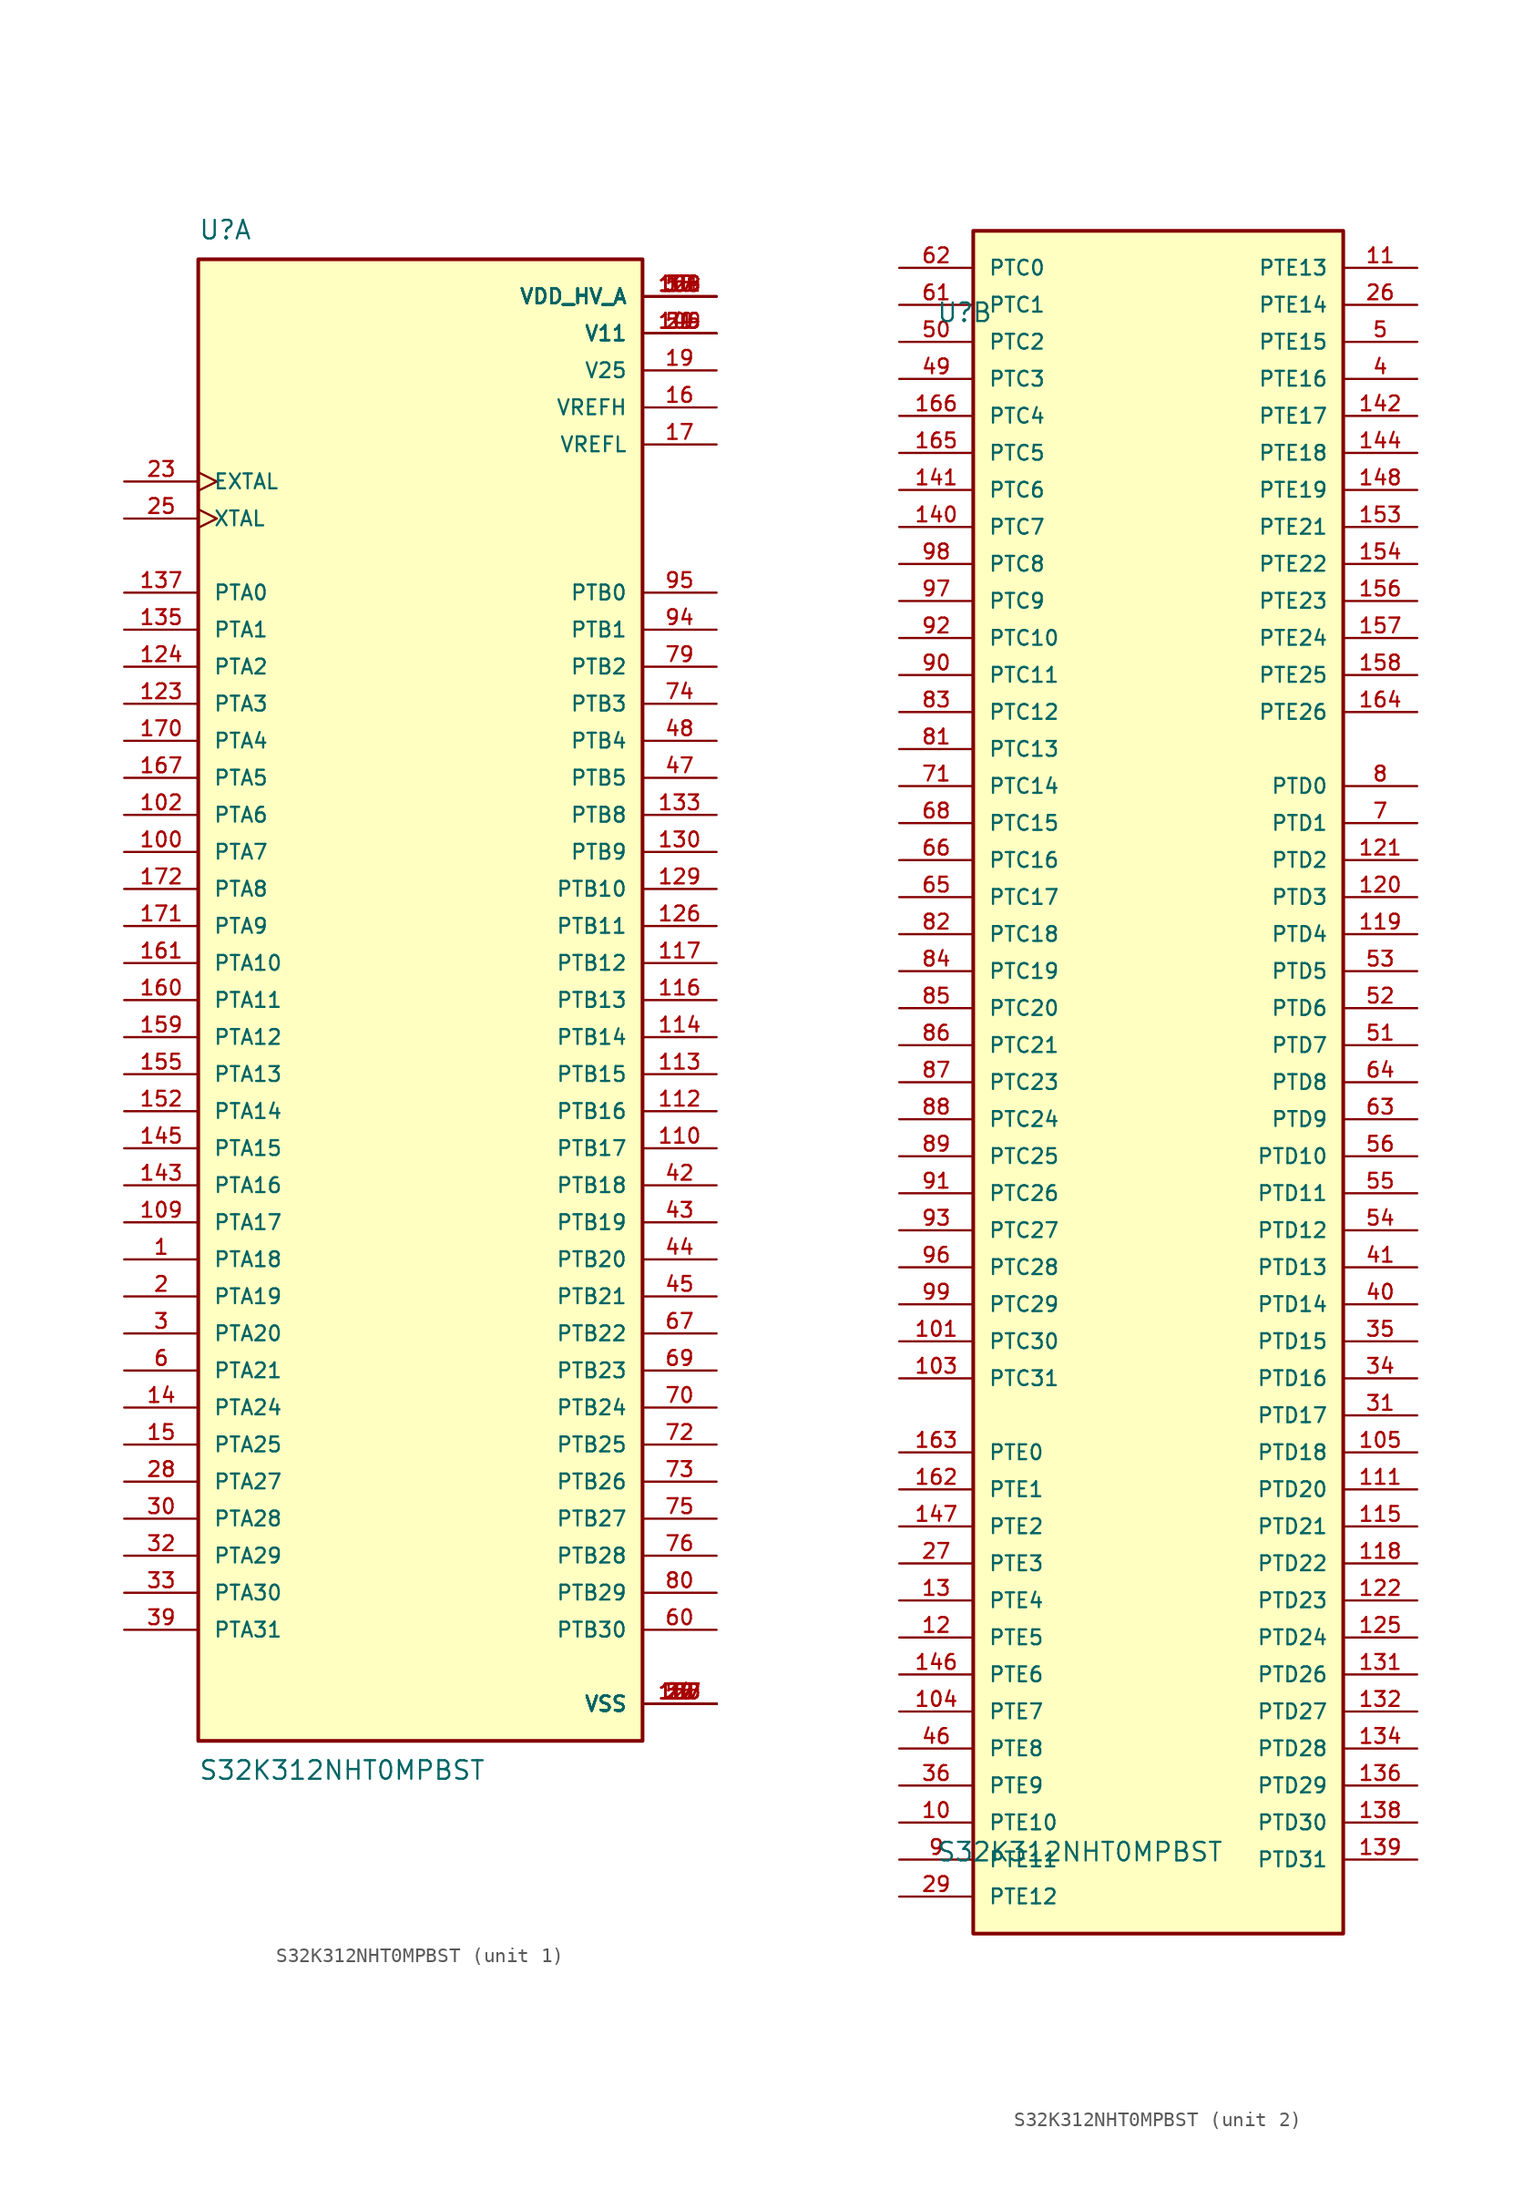
<source format=kicad_sym>
(kicad_symbol_lib
  (version 20211014)
  (generator kicad_symbol_editor)
  (symbol "S32K312NHT0MPBST"
    (pin_names
      (offset 1.016))
    (property "Reference" "U"
      (at -15.24 52.07 0)
      (effects (font (size 1.27 1.27)) (justify bottom left)))
    (property "Value" "S32K312NHT0MPBST"
      (at -15.24 -52.07 0)
      (effects (font (size 1.27 1.27)) (justify top left)))
    (symbol "S32K312NHT0MPBST_1_0"
      (rectangle (start -15.24 -50.8) (end 15.24 50.8) (stroke (width 0.254)) (fill (type background)))
      (pin power_in line (at 20.32 45.72 180.0) (length 5.08) (name "V11" (effects (font (size 1.016 1.016)))) (number "21" (effects (font (size 1.016 1.016)))))
      (pin power_in line (at 20.32 45.72 180.0) (length 5.08) (name "V11" (effects (font (size 1.016 1.016)))) (number "59" (effects (font (size 1.016 1.016)))))
      (pin power_in line (at 20.32 45.72 180.0) (length 5.08) (name "V11" (effects (font (size 1.016 1.016)))) (number "106" (effects (font (size 1.016 1.016)))))
      (pin power_in line (at 20.32 45.72 180.0) (length 5.08) (name "V11" (effects (font (size 1.016 1.016)))) (number "149" (effects (font (size 1.016 1.016)))))
      (pin power_in line (at 20.32 43.18 180.0) (length 5.08) (name "V25" (effects (font (size 1.016 1.016)))) (number "19" (effects (font (size 1.016 1.016)))))
      (pin power_in line (at 20.32 48.26 180.0) (length 5.08) (name "VDD_HV_A" (effects (font (size 1.016 1.016)))) (number "18" (effects (font (size 1.016 1.016)))))
      (pin power_in line (at 20.32 48.26 180.0) (length 5.08) (name "VDD_HV_A" (effects (font (size 1.016 1.016)))) (number "38" (effects (font (size 1.016 1.016)))))
      (pin power_in line (at 20.32 48.26 180.0) (length 5.08) (name "VDD_HV_A" (effects (font (size 1.016 1.016)))) (number "57" (effects (font (size 1.016 1.016)))))
      (pin power_in line (at 20.32 48.26 180.0) (length 5.08) (name "VDD_HV_A" (effects (font (size 1.016 1.016)))) (number "77" (effects (font (size 1.016 1.016)))))
      (pin power_in line (at 20.32 48.26 180.0) (length 5.08) (name "VDD_HV_A" (effects (font (size 1.016 1.016)))) (number "108" (effects (font (size 1.016 1.016)))))
      (pin power_in line (at 20.32 48.26 180.0) (length 5.08) (name "VDD_HV_A" (effects (font (size 1.016 1.016)))) (number "128" (effects (font (size 1.016 1.016)))))
      (pin power_in line (at 20.32 48.26 180.0) (length 5.08) (name "VDD_HV_A" (effects (font (size 1.016 1.016)))) (number "151" (effects (font (size 1.016 1.016)))))
      (pin power_in line (at 20.32 48.26 180.0) (length 5.08) (name "VDD_HV_A" (effects (font (size 1.016 1.016)))) (number "169" (effects (font (size 1.016 1.016)))))
      (pin power_in line (at 20.32 40.64 180.0) (length 5.08) (name "VREFH" (effects (font (size 1.016 1.016)))) (number "16" (effects (font (size 1.016 1.016)))))
      (pin power_in line (at 20.32 38.1 180.0) (length 5.08) (name "VREFL" (effects (font (size 1.016 1.016)))) (number "17" (effects (font (size 1.016 1.016)))))
      (pin input clock (at -20.32 35.56 0) (length 5.08) (name "EXTAL" (effects (font (size 1.016 1.016)))) (number "23" (effects (font (size 1.016 1.016)))))
      (pin input line (at -20.32 -27.94 0) (length 5.08) (name "PTA24" (effects (font (size 1.016 1.016)))) (number "14" (effects (font (size 1.016 1.016)))))
      (pin input line (at -20.32 -30.48 0) (length 5.08) (name "PTA25" (effects (font (size 1.016 1.016)))) (number "15" (effects (font (size 1.016 1.016)))))
      (pin bidirectional line (at -20.32 27.94 0) (length 5.08) (name "PTA0" (effects (font (size 1.016 1.016)))) (number "137" (effects (font (size 1.016 1.016)))))
      (pin bidirectional line (at -20.32 25.4 0) (length 5.08) (name "PTA1" (effects (font (size 1.016 1.016)))) (number "135" (effects (font (size 1.016 1.016)))))
      (pin bidirectional line (at -20.32 2.54 0) (length 5.08) (name "PTA10" (effects (font (size 1.016 1.016)))) (number "161" (effects (font (size 1.016 1.016)))))
      (pin bidirectional line (at -20.32 0.0 0) (length 5.08) (name "PTA11" (effects (font (size 1.016 1.016)))) (number "160" (effects (font (size 1.016 1.016)))))
      (pin bidirectional line (at -20.32 -2.54 0) (length 5.08) (name "PTA12" (effects (font (size 1.016 1.016)))) (number "159" (effects (font (size 1.016 1.016)))))
      (pin bidirectional line (at -20.32 -5.08 0) (length 5.08) (name "PTA13" (effects (font (size 1.016 1.016)))) (number "155" (effects (font (size 1.016 1.016)))))
      (pin bidirectional line (at -20.32 -7.62 0) (length 5.08) (name "PTA14" (effects (font (size 1.016 1.016)))) (number "152" (effects (font (size 1.016 1.016)))))
      (pin bidirectional line (at -20.32 -10.16 0) (length 5.08) (name "PTA15" (effects (font (size 1.016 1.016)))) (number "145" (effects (font (size 1.016 1.016)))))
      (pin bidirectional line (at -20.32 -12.7 0) (length 5.08) (name "PTA16" (effects (font (size 1.016 1.016)))) (number "143" (effects (font (size 1.016 1.016)))))
      (pin bidirectional line (at -20.32 -15.24 0) (length 5.08) (name "PTA17" (effects (font (size 1.016 1.016)))) (number "109" (effects (font (size 1.016 1.016)))))
      (pin bidirectional line (at -20.32 -17.78 0) (length 5.08) (name "PTA18" (effects (font (size 1.016 1.016)))) (number "1" (effects (font (size 1.016 1.016)))))
      (pin bidirectional line (at -20.32 -20.32 0) (length 5.08) (name "PTA19" (effects (font (size 1.016 1.016)))) (number "2" (effects (font (size 1.016 1.016)))))
      (pin bidirectional line (at -20.32 22.86 0) (length 5.08) (name "PTA2" (effects (font (size 1.016 1.016)))) (number "124" (effects (font (size 1.016 1.016)))))
      (pin bidirectional line (at -20.32 -22.86 0) (length 5.08) (name "PTA20" (effects (font (size 1.016 1.016)))) (number "3" (effects (font (size 1.016 1.016)))))
      (pin bidirectional line (at -20.32 -25.4 0) (length 5.08) (name "PTA21" (effects (font (size 1.016 1.016)))) (number "6" (effects (font (size 1.016 1.016)))))
      (pin bidirectional line (at -20.32 -33.02 0) (length 5.08) (name "PTA27" (effects (font (size 1.016 1.016)))) (number "28" (effects (font (size 1.016 1.016)))))
      (pin bidirectional line (at -20.32 -35.56 0) (length 5.08) (name "PTA28" (effects (font (size 1.016 1.016)))) (number "30" (effects (font (size 1.016 1.016)))))
      (pin bidirectional line (at -20.32 -38.1 0) (length 5.08) (name "PTA29" (effects (font (size 1.016 1.016)))) (number "32" (effects (font (size 1.016 1.016)))))
      (pin bidirectional line (at -20.32 20.32 0) (length 5.08) (name "PTA3" (effects (font (size 1.016 1.016)))) (number "123" (effects (font (size 1.016 1.016)))))
      (pin bidirectional line (at -20.32 -40.64 0) (length 5.08) (name "PTA30" (effects (font (size 1.016 1.016)))) (number "33" (effects (font (size 1.016 1.016)))))
      (pin bidirectional line (at -20.32 -43.18 0) (length 5.08) (name "PTA31" (effects (font (size 1.016 1.016)))) (number "39" (effects (font (size 1.016 1.016)))))
      (pin bidirectional line (at -20.32 17.78 0) (length 5.08) (name "PTA4" (effects (font (size 1.016 1.016)))) (number "170" (effects (font (size 1.016 1.016)))))
      (pin bidirectional line (at -20.32 15.24 0) (length 5.08) (name "PTA5" (effects (font (size 1.016 1.016)))) (number "167" (effects (font (size 1.016 1.016)))))
      (pin bidirectional line (at -20.32 12.7 0) (length 5.08) (name "PTA6" (effects (font (size 1.016 1.016)))) (number "102" (effects (font (size 1.016 1.016)))))
      (pin bidirectional line (at -20.32 10.16 0) (length 5.08) (name "PTA7" (effects (font (size 1.016 1.016)))) (number "100" (effects (font (size 1.016 1.016)))))
      (pin bidirectional line (at -20.32 7.62 0) (length 5.08) (name "PTA8" (effects (font (size 1.016 1.016)))) (number "172" (effects (font (size 1.016 1.016)))))
      (pin bidirectional line (at -20.32 5.08 0) (length 5.08) (name "PTA9" (effects (font (size 1.016 1.016)))) (number "171" (effects (font (size 1.016 1.016)))))
      (pin bidirectional line (at 20.32 27.94 180.0) (length 5.08) (name "PTB0" (effects (font (size 1.016 1.016)))) (number "95" (effects (font (size 1.016 1.016)))))
      (pin output clock (at -20.32 33.02 0) (length 5.08) (name "XTAL" (effects (font (size 1.016 1.016)))) (number "25" (effects (font (size 1.016 1.016)))))
      (pin bidirectional line (at 20.32 25.4 180.0) (length 5.08) (name "PTB1" (effects (font (size 1.016 1.016)))) (number "94" (effects (font (size 1.016 1.016)))))
      (pin bidirectional line (at 20.32 7.62 180.0) (length 5.08) (name "PTB10" (effects (font (size 1.016 1.016)))) (number "129" (effects (font (size 1.016 1.016)))))
      (pin bidirectional line (at 20.32 5.08 180.0) (length 5.08) (name "PTB11" (effects (font (size 1.016 1.016)))) (number "126" (effects (font (size 1.016 1.016)))))
      (pin bidirectional line (at 20.32 2.54 180.0) (length 5.08) (name "PTB12" (effects (font (size 1.016 1.016)))) (number "117" (effects (font (size 1.016 1.016)))))
      (pin bidirectional line (at 20.32 0.0 180.0) (length 5.08) (name "PTB13" (effects (font (size 1.016 1.016)))) (number "116" (effects (font (size 1.016 1.016)))))
      (pin bidirectional line (at 20.32 -2.54 180.0) (length 5.08) (name "PTB14" (effects (font (size 1.016 1.016)))) (number "114" (effects (font (size 1.016 1.016)))))
      (pin bidirectional line (at 20.32 -5.08 180.0) (length 5.08) (name "PTB15" (effects (font (size 1.016 1.016)))) (number "113" (effects (font (size 1.016 1.016)))))
      (pin bidirectional line (at 20.32 -7.62 180.0) (length 5.08) (name "PTB16" (effects (font (size 1.016 1.016)))) (number "112" (effects (font (size 1.016 1.016)))))
      (pin bidirectional line (at 20.32 -10.16 180.0) (length 5.08) (name "PTB17" (effects (font (size 1.016 1.016)))) (number "110" (effects (font (size 1.016 1.016)))))
      (pin bidirectional line (at 20.32 -12.7 180.0) (length 5.08) (name "PTB18" (effects (font (size 1.016 1.016)))) (number "42" (effects (font (size 1.016 1.016)))))
      (pin bidirectional line (at 20.32 -15.24 180.0) (length 5.08) (name "PTB19" (effects (font (size 1.016 1.016)))) (number "43" (effects (font (size 1.016 1.016)))))
      (pin bidirectional line (at 20.32 22.86 180.0) (length 5.08) (name "PTB2" (effects (font (size 1.016 1.016)))) (number "79" (effects (font (size 1.016 1.016)))))
      (pin bidirectional line (at 20.32 -17.78 180.0) (length 5.08) (name "PTB20" (effects (font (size 1.016 1.016)))) (number "44" (effects (font (size 1.016 1.016)))))
      (pin bidirectional line (at 20.32 -20.32 180.0) (length 5.08) (name "PTB21" (effects (font (size 1.016 1.016)))) (number "45" (effects (font (size 1.016 1.016)))))
      (pin bidirectional line (at 20.32 -22.86 180.0) (length 5.08) (name "PTB22" (effects (font (size 1.016 1.016)))) (number "67" (effects (font (size 1.016 1.016)))))
      (pin bidirectional line (at 20.32 -25.4 180.0) (length 5.08) (name "PTB23" (effects (font (size 1.016 1.016)))) (number "69" (effects (font (size 1.016 1.016)))))
      (pin bidirectional line (at 20.32 -27.94 180.0) (length 5.08) (name "PTB24" (effects (font (size 1.016 1.016)))) (number "70" (effects (font (size 1.016 1.016)))))
      (pin bidirectional line (at 20.32 -30.48 180.0) (length 5.08) (name "PTB25" (effects (font (size 1.016 1.016)))) (number "72" (effects (font (size 1.016 1.016)))))
      (pin bidirectional line (at 20.32 -33.02 180.0) (length 5.08) (name "PTB26" (effects (font (size 1.016 1.016)))) (number "73" (effects (font (size 1.016 1.016)))))
      (pin bidirectional line (at 20.32 -35.56 180.0) (length 5.08) (name "PTB27" (effects (font (size 1.016 1.016)))) (number "75" (effects (font (size 1.016 1.016)))))
      (pin bidirectional line (at 20.32 -38.1 180.0) (length 5.08) (name "PTB28" (effects (font (size 1.016 1.016)))) (number "76" (effects (font (size 1.016 1.016)))))
      (pin bidirectional line (at 20.32 -40.64 180.0) (length 5.08) (name "PTB29" (effects (font (size 1.016 1.016)))) (number "80" (effects (font (size 1.016 1.016)))))
      (pin bidirectional line (at 20.32 20.32 180.0) (length 5.08) (name "PTB3" (effects (font (size 1.016 1.016)))) (number "74" (effects (font (size 1.016 1.016)))))
      (pin bidirectional line (at 20.32 -43.18 180.0) (length 5.08) (name "PTB30" (effects (font (size 1.016 1.016)))) (number "60" (effects (font (size 1.016 1.016)))))
      (pin bidirectional line (at 20.32 17.78 180.0) (length 5.08) (name "PTB4" (effects (font (size 1.016 1.016)))) (number "48" (effects (font (size 1.016 1.016)))))
      (pin bidirectional line (at 20.32 15.24 180.0) (length 5.08) (name "PTB5" (effects (font (size 1.016 1.016)))) (number "47" (effects (font (size 1.016 1.016)))))
      (pin bidirectional line (at 20.32 12.7 180.0) (length 5.08) (name "PTB8" (effects (font (size 1.016 1.016)))) (number "133" (effects (font (size 1.016 1.016)))))
      (pin bidirectional line (at 20.32 10.16 180.0) (length 5.08) (name "PTB9" (effects (font (size 1.016 1.016)))) (number "130" (effects (font (size 1.016 1.016)))))
      (pin power_in line (at 20.32 -48.26 180.0) (length 5.08) (name "VSS" (effects (font (size 1.016 1.016)))) (number "20" (effects (font (size 1.016 1.016)))))
      (pin power_in line (at 20.32 -48.26 180.0) (length 5.08) (name "VSS" (effects (font (size 1.016 1.016)))) (number "22" (effects (font (size 1.016 1.016)))))
      (pin power_in line (at 20.32 -48.26 180.0) (length 5.08) (name "VSS" (effects (font (size 1.016 1.016)))) (number "24" (effects (font (size 1.016 1.016)))))
      (pin power_in line (at 20.32 -48.26 180.0) (length 5.08) (name "VSS" (effects (font (size 1.016 1.016)))) (number "37" (effects (font (size 1.016 1.016)))))
      (pin power_in line (at 20.32 -48.26 180.0) (length 5.08) (name "VSS" (effects (font (size 1.016 1.016)))) (number "58" (effects (font (size 1.016 1.016)))))
      (pin power_in line (at 20.32 -48.26 180.0) (length 5.08) (name "VSS" (effects (font (size 1.016 1.016)))) (number "78" (effects (font (size 1.016 1.016)))))
      (pin power_in line (at 20.32 -48.26 180.0) (length 5.08) (name "VSS" (effects (font (size 1.016 1.016)))) (number "107" (effects (font (size 1.016 1.016)))))
      (pin power_in line (at 20.32 -48.26 180.0) (length 5.08) (name "VSS" (effects (font (size 1.016 1.016)))) (number "127" (effects (font (size 1.016 1.016)))))
      (pin power_in line (at 20.32 -48.26 180.0) (length 5.08) (name "VSS" (effects (font (size 1.016 1.016)))) (number "150" (effects (font (size 1.016 1.016)))))
      (pin power_in line (at 20.32 -48.26 180.0) (length 5.08) (name "VSS" (effects (font (size 1.016 1.016)))) (number "168" (effects (font (size 1.016 1.016))))))
    (symbol "S32K312NHT0MPBST_2_0"
      (rectangle (start -12.7 -58.42) (end 12.7 58.42) (stroke (width 0.254)) (fill (type background)))
      (pin bidirectional line (at -17.78 55.88 0) (length 5.08) (name "PTC0" (effects (font (size 1.016 1.016)))) (number "62" (effects (font (size 1.016 1.016)))))
      (pin bidirectional line (at -17.78 53.34 0) (length 5.08) (name "PTC1" (effects (font (size 1.016 1.016)))) (number "61" (effects (font (size 1.016 1.016)))))
      (pin bidirectional line (at -17.78 30.48 0) (length 5.08) (name "PTC10" (effects (font (size 1.016 1.016)))) (number "92" (effects (font (size 1.016 1.016)))))
      (pin bidirectional line (at -17.78 27.94 0) (length 5.08) (name "PTC11" (effects (font (size 1.016 1.016)))) (number "90" (effects (font (size 1.016 1.016)))))
      (pin bidirectional line (at -17.78 25.4 0) (length 5.08) (name "PTC12" (effects (font (size 1.016 1.016)))) (number "83" (effects (font (size 1.016 1.016)))))
      (pin bidirectional line (at -17.78 22.86 0) (length 5.08) (name "PTC13" (effects (font (size 1.016 1.016)))) (number "81" (effects (font (size 1.016 1.016)))))
      (pin bidirectional line (at -17.78 20.32 0) (length 5.08) (name "PTC14" (effects (font (size 1.016 1.016)))) (number "71" (effects (font (size 1.016 1.016)))))
      (pin bidirectional line (at -17.78 17.78 0) (length 5.08) (name "PTC15" (effects (font (size 1.016 1.016)))) (number "68" (effects (font (size 1.016 1.016)))))
      (pin bidirectional line (at -17.78 15.24 0) (length 5.08) (name "PTC16" (effects (font (size 1.016 1.016)))) (number "66" (effects (font (size 1.016 1.016)))))
      (pin bidirectional line (at -17.78 12.7 0) (length 5.08) (name "PTC17" (effects (font (size 1.016 1.016)))) (number "65" (effects (font (size 1.016 1.016)))))
      (pin bidirectional line (at -17.78 10.16 0) (length 5.08) (name "PTC18" (effects (font (size 1.016 1.016)))) (number "82" (effects (font (size 1.016 1.016)))))
      (pin bidirectional line (at -17.78 7.62 0) (length 5.08) (name "PTC19" (effects (font (size 1.016 1.016)))) (number "84" (effects (font (size 1.016 1.016)))))
      (pin bidirectional line (at -17.78 50.8 0) (length 5.08) (name "PTC2" (effects (font (size 1.016 1.016)))) (number "50" (effects (font (size 1.016 1.016)))))
      (pin bidirectional line (at -17.78 5.08 0) (length 5.08) (name "PTC20" (effects (font (size 1.016 1.016)))) (number "85" (effects (font (size 1.016 1.016)))))
      (pin bidirectional line (at -17.78 2.54 0) (length 5.08) (name "PTC21" (effects (font (size 1.016 1.016)))) (number "86" (effects (font (size 1.016 1.016)))))
      (pin bidirectional line (at -17.78 0.0 0) (length 5.08) (name "PTC23" (effects (font (size 1.016 1.016)))) (number "87" (effects (font (size 1.016 1.016)))))
      (pin bidirectional line (at -17.78 -2.54 0) (length 5.08) (name "PTC24" (effects (font (size 1.016 1.016)))) (number "88" (effects (font (size 1.016 1.016)))))
      (pin bidirectional line (at -17.78 -5.08 0) (length 5.08) (name "PTC25" (effects (font (size 1.016 1.016)))) (number "89" (effects (font (size 1.016 1.016)))))
      (pin bidirectional line (at -17.78 -7.62 0) (length 5.08) (name "PTC26" (effects (font (size 1.016 1.016)))) (number "91" (effects (font (size 1.016 1.016)))))
      (pin bidirectional line (at -17.78 -10.16 0) (length 5.08) (name "PTC27" (effects (font (size 1.016 1.016)))) (number "93" (effects (font (size 1.016 1.016)))))
      (pin bidirectional line (at -17.78 -12.7 0) (length 5.08) (name "PTC28" (effects (font (size 1.016 1.016)))) (number "96" (effects (font (size 1.016 1.016)))))
      (pin bidirectional line (at -17.78 -15.24 0) (length 5.08) (name "PTC29" (effects (font (size 1.016 1.016)))) (number "99" (effects (font (size 1.016 1.016)))))
      (pin bidirectional line (at -17.78 48.26 0) (length 5.08) (name "PTC3" (effects (font (size 1.016 1.016)))) (number "49" (effects (font (size 1.016 1.016)))))
      (pin bidirectional line (at -17.78 -17.78 0) (length 5.08) (name "PTC30" (effects (font (size 1.016 1.016)))) (number "101" (effects (font (size 1.016 1.016)))))
      (pin bidirectional line (at -17.78 -20.32 0) (length 5.08) (name "PTC31" (effects (font (size 1.016 1.016)))) (number "103" (effects (font (size 1.016 1.016)))))
      (pin bidirectional line (at -17.78 45.72 0) (length 5.08) (name "PTC4" (effects (font (size 1.016 1.016)))) (number "166" (effects (font (size 1.016 1.016)))))
      (pin bidirectional line (at -17.78 43.18 0) (length 5.08) (name "PTC5" (effects (font (size 1.016 1.016)))) (number "165" (effects (font (size 1.016 1.016)))))
      (pin bidirectional line (at -17.78 40.64 0) (length 5.08) (name "PTC6" (effects (font (size 1.016 1.016)))) (number "141" (effects (font (size 1.016 1.016)))))
      (pin bidirectional line (at -17.78 38.1 0) (length 5.08) (name "PTC7" (effects (font (size 1.016 1.016)))) (number "140" (effects (font (size 1.016 1.016)))))
      (pin bidirectional line (at -17.78 35.56 0) (length 5.08) (name "PTC8" (effects (font (size 1.016 1.016)))) (number "98" (effects (font (size 1.016 1.016)))))
      (pin bidirectional line (at -17.78 33.02 0) (length 5.08) (name "PTC9" (effects (font (size 1.016 1.016)))) (number "97" (effects (font (size 1.016 1.016)))))
      (pin bidirectional line (at 17.78 20.32 180.0) (length 5.08) (name "PTD0" (effects (font (size 1.016 1.016)))) (number "8" (effects (font (size 1.016 1.016)))))
      (pin bidirectional line (at 17.78 17.78 180.0) (length 5.08) (name "PTD1" (effects (font (size 1.016 1.016)))) (number "7" (effects (font (size 1.016 1.016)))))
      (pin bidirectional line (at 17.78 -5.08 180.0) (length 5.08) (name "PTD10" (effects (font (size 1.016 1.016)))) (number "56" (effects (font (size 1.016 1.016)))))
      (pin bidirectional line (at 17.78 -7.62 180.0) (length 5.08) (name "PTD11" (effects (font (size 1.016 1.016)))) (number "55" (effects (font (size 1.016 1.016)))))
      (pin bidirectional line (at 17.78 -10.16 180.0) (length 5.08) (name "PTD12" (effects (font (size 1.016 1.016)))) (number "54" (effects (font (size 1.016 1.016)))))
      (pin bidirectional line (at 17.78 -12.7 180.0) (length 5.08) (name "PTD13" (effects (font (size 1.016 1.016)))) (number "41" (effects (font (size 1.016 1.016)))))
      (pin bidirectional line (at 17.78 -15.24 180.0) (length 5.08) (name "PTD14" (effects (font (size 1.016 1.016)))) (number "40" (effects (font (size 1.016 1.016)))))
      (pin bidirectional line (at 17.78 -17.78 180.0) (length 5.08) (name "PTD15" (effects (font (size 1.016 1.016)))) (number "35" (effects (font (size 1.016 1.016)))))
      (pin bidirectional line (at 17.78 -20.32 180.0) (length 5.08) (name "PTD16" (effects (font (size 1.016 1.016)))) (number "34" (effects (font (size 1.016 1.016)))))
      (pin bidirectional line (at 17.78 -22.86 180.0) (length 5.08) (name "PTD17" (effects (font (size 1.016 1.016)))) (number "31" (effects (font (size 1.016 1.016)))))
      (pin bidirectional line (at 17.78 -25.4 180.0) (length 5.08) (name "PTD18" (effects (font (size 1.016 1.016)))) (number "105" (effects (font (size 1.016 1.016)))))
      (pin bidirectional line (at 17.78 15.24 180.0) (length 5.08) (name "PTD2" (effects (font (size 1.016 1.016)))) (number "121" (effects (font (size 1.016 1.016)))))
      (pin bidirectional line (at 17.78 -27.94 180.0) (length 5.08) (name "PTD20" (effects (font (size 1.016 1.016)))) (number "111" (effects (font (size 1.016 1.016)))))
      (pin bidirectional line (at 17.78 -30.48 180.0) (length 5.08) (name "PTD21" (effects (font (size 1.016 1.016)))) (number "115" (effects (font (size 1.016 1.016)))))
      (pin bidirectional line (at 17.78 -33.02 180.0) (length 5.08) (name "PTD22" (effects (font (size 1.016 1.016)))) (number "118" (effects (font (size 1.016 1.016)))))
      (pin bidirectional line (at 17.78 -35.56 180.0) (length 5.08) (name "PTD23" (effects (font (size 1.016 1.016)))) (number "122" (effects (font (size 1.016 1.016)))))
      (pin bidirectional line (at 17.78 -38.1 180.0) (length 5.08) (name "PTD24" (effects (font (size 1.016 1.016)))) (number "125" (effects (font (size 1.016 1.016)))))
      (pin bidirectional line (at 17.78 -40.64 180.0) (length 5.08) (name "PTD26" (effects (font (size 1.016 1.016)))) (number "131" (effects (font (size 1.016 1.016)))))
      (pin bidirectional line (at 17.78 -43.18 180.0) (length 5.08) (name "PTD27" (effects (font (size 1.016 1.016)))) (number "132" (effects (font (size 1.016 1.016)))))
      (pin bidirectional line (at 17.78 -45.72 180.0) (length 5.08) (name "PTD28" (effects (font (size 1.016 1.016)))) (number "134" (effects (font (size 1.016 1.016)))))
      (pin bidirectional line (at 17.78 -48.26 180.0) (length 5.08) (name "PTD29" (effects (font (size 1.016 1.016)))) (number "136" (effects (font (size 1.016 1.016)))))
      (pin bidirectional line (at 17.78 12.7 180.0) (length 5.08) (name "PTD3" (effects (font (size 1.016 1.016)))) (number "120" (effects (font (size 1.016 1.016)))))
      (pin bidirectional line (at 17.78 -50.8 180.0) (length 5.08) (name "PTD30" (effects (font (size 1.016 1.016)))) (number "138" (effects (font (size 1.016 1.016)))))
      (pin bidirectional line (at 17.78 -53.34 180.0) (length 5.08) (name "PTD31" (effects (font (size 1.016 1.016)))) (number "139" (effects (font (size 1.016 1.016)))))
      (pin bidirectional line (at 17.78 10.16 180.0) (length 5.08) (name "PTD4" (effects (font (size 1.016 1.016)))) (number "119" (effects (font (size 1.016 1.016)))))
      (pin bidirectional line (at 17.78 7.62 180.0) (length 5.08) (name "PTD5" (effects (font (size 1.016 1.016)))) (number "53" (effects (font (size 1.016 1.016)))))
      (pin bidirectional line (at 17.78 5.08 180.0) (length 5.08) (name "PTD6" (effects (font (size 1.016 1.016)))) (number "52" (effects (font (size 1.016 1.016)))))
      (pin bidirectional line (at 17.78 2.54 180.0) (length 5.08) (name "PTD7" (effects (font (size 1.016 1.016)))) (number "51" (effects (font (size 1.016 1.016)))))
      (pin bidirectional line (at 17.78 0.0 180.0) (length 5.08) (name "PTD8" (effects (font (size 1.016 1.016)))) (number "64" (effects (font (size 1.016 1.016)))))
      (pin bidirectional line (at 17.78 -2.54 180.0) (length 5.08) (name "PTD9" (effects (font (size 1.016 1.016)))) (number "63" (effects (font (size 1.016 1.016)))))
      (pin bidirectional line (at -17.78 -25.4 0) (length 5.08) (name "PTE0" (effects (font (size 1.016 1.016)))) (number "163" (effects (font (size 1.016 1.016)))))
      (pin bidirectional line (at -17.78 -27.94 0) (length 5.08) (name "PTE1" (effects (font (size 1.016 1.016)))) (number "162" (effects (font (size 1.016 1.016)))))
      (pin bidirectional line (at -17.78 -50.8 0) (length 5.08) (name "PTE10" (effects (font (size 1.016 1.016)))) (number "10" (effects (font (size 1.016 1.016)))))
      (pin bidirectional line (at -17.78 -53.34 0) (length 5.08) (name "PTE11" (effects (font (size 1.016 1.016)))) (number "9" (effects (font (size 1.016 1.016)))))
      (pin bidirectional line (at -17.78 -55.88 0) (length 5.08) (name "PTE12" (effects (font (size 1.016 1.016)))) (number "29" (effects (font (size 1.016 1.016)))))
      (pin bidirectional line (at 17.78 55.88 180.0) (length 5.08) (name "PTE13" (effects (font (size 1.016 1.016)))) (number "11" (effects (font (size 1.016 1.016)))))
      (pin bidirectional line (at 17.78 53.34 180.0) (length 5.08) (name "PTE14" (effects (font (size 1.016 1.016)))) (number "26" (effects (font (size 1.016 1.016)))))
      (pin bidirectional line (at 17.78 50.8 180.0) (length 5.08) (name "PTE15" (effects (font (size 1.016 1.016)))) (number "5" (effects (font (size 1.016 1.016)))))
      (pin bidirectional line (at 17.78 48.26 180.0) (length 5.08) (name "PTE16" (effects (font (size 1.016 1.016)))) (number "4" (effects (font (size 1.016 1.016)))))
      (pin bidirectional line (at 17.78 45.72 180.0) (length 5.08) (name "PTE17" (effects (font (size 1.016 1.016)))) (number "142" (effects (font (size 1.016 1.016)))))
      (pin bidirectional line (at 17.78 43.18 180.0) (length 5.08) (name "PTE18" (effects (font (size 1.016 1.016)))) (number "144" (effects (font (size 1.016 1.016)))))
      (pin bidirectional line (at 17.78 40.64 180.0) (length 5.08) (name "PTE19" (effects (font (size 1.016 1.016)))) (number "148" (effects (font (size 1.016 1.016)))))
      (pin bidirectional line (at -17.78 -30.48 0) (length 5.08) (name "PTE2" (effects (font (size 1.016 1.016)))) (number "147" (effects (font (size 1.016 1.016)))))
      (pin bidirectional line (at 17.78 38.1 180.0) (length 5.08) (name "PTE21" (effects (font (size 1.016 1.016)))) (number "153" (effects (font (size 1.016 1.016)))))
      (pin bidirectional line (at 17.78 35.56 180.0) (length 5.08) (name "PTE22" (effects (font (size 1.016 1.016)))) (number "154" (effects (font (size 1.016 1.016)))))
      (pin bidirectional line (at 17.78 33.02 180.0) (length 5.08) (name "PTE23" (effects (font (size 1.016 1.016)))) (number "156" (effects (font (size 1.016 1.016)))))
      (pin bidirectional line (at 17.78 30.48 180.0) (length 5.08) (name "PTE24" (effects (font (size 1.016 1.016)))) (number "157" (effects (font (size 1.016 1.016)))))
      (pin bidirectional line (at 17.78 27.94 180.0) (length 5.08) (name "PTE25" (effects (font (size 1.016 1.016)))) (number "158" (effects (font (size 1.016 1.016)))))
      (pin bidirectional line (at 17.78 25.4 180.0) (length 5.08) (name "PTE26" (effects (font (size 1.016 1.016)))) (number "164" (effects (font (size 1.016 1.016)))))
      (pin bidirectional line (at -17.78 -33.02 0) (length 5.08) (name "PTE3" (effects (font (size 1.016 1.016)))) (number "27" (effects (font (size 1.016 1.016)))))
      (pin bidirectional line (at -17.78 -35.56 0) (length 5.08) (name "PTE4" (effects (font (size 1.016 1.016)))) (number "13" (effects (font (size 1.016 1.016)))))
      (pin bidirectional line (at -17.78 -38.1 0) (length 5.08) (name "PTE5" (effects (font (size 1.016 1.016)))) (number "12" (effects (font (size 1.016 1.016)))))
      (pin bidirectional line (at -17.78 -40.64 0) (length 5.08) (name "PTE6" (effects (font (size 1.016 1.016)))) (number "146" (effects (font (size 1.016 1.016)))))
      (pin bidirectional line (at -17.78 -43.18 0) (length 5.08) (name "PTE7" (effects (font (size 1.016 1.016)))) (number "104" (effects (font (size 1.016 1.016)))))
      (pin bidirectional line (at -17.78 -45.72 0) (length 5.08) (name "PTE8" (effects (font (size 1.016 1.016)))) (number "46" (effects (font (size 1.016 1.016)))))
      (pin bidirectional line (at -17.78 -48.26 0) (length 5.08) (name "PTE9" (effects (font (size 1.016 1.016)))) (number "36" (effects (font (size 1.016 1.016))))))))
</source>
